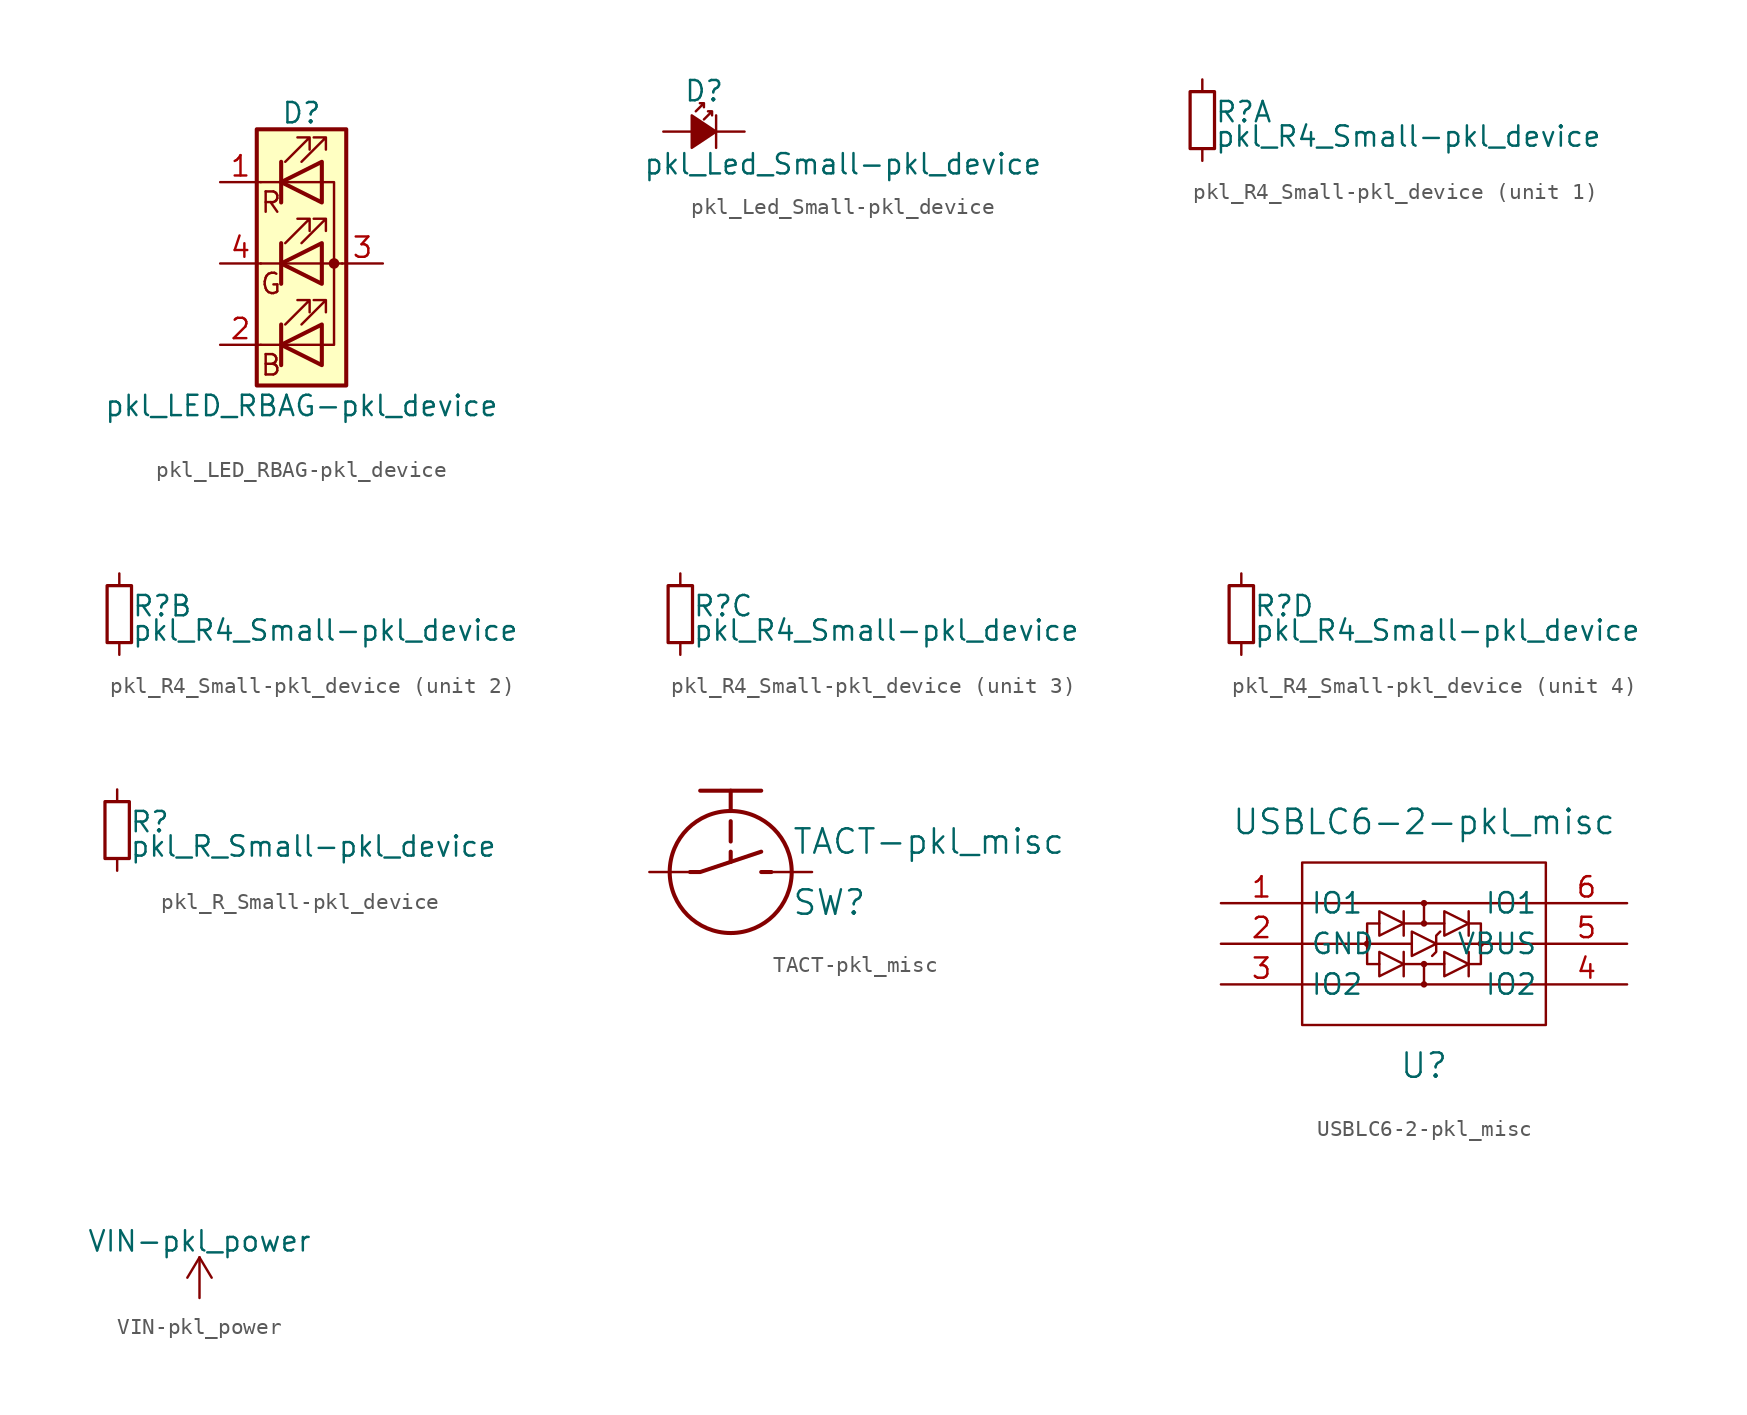
<source format=kicad_sym>
(kicad_symbol_lib
  (version 20200126)
  (host kicad_symbol_editor "5.99.0-unknown-b48a627~101~ubuntu18.04.1")
  (symbol "obsidian-boa:pkl_LED_RBAG-pkl_device"
    (pin_names
      (offset 0) hide)
    (property "Reference" "D"
      (at 0 9.398 0)
      (effects (font (size 1.27 1.27))))
    (property "Value" "pkl_LED_RBAG-pkl_device"
      (at 0 -8.89 0)
      (effects (font (size 1.27 1.27))))
    (symbol "pkl_LED_RBAG-pkl_device_0_1"
      (circle (center 2.032 0) (radius 0.254) (stroke (width 0)) (fill (type outline)))
      (rectangle (start 1.27 -1.27) (end 1.27 1.27) (stroke (width 0)) (fill (type none)))
      (rectangle (start 1.27 1.27) (end 1.27 1.27) (stroke (width 0)) (fill (type none)))
      (rectangle (start 1.27 3.81) (end 1.27 6.35) (stroke (width 0)) (fill (type none)))
      (rectangle (start 1.27 6.35) (end 1.27 6.35) (stroke (width 0)) (fill (type none)))
      (rectangle (start 2.794 8.382) (end -2.794 -7.62) (stroke (width 0.254)) (fill (type background)))
      (polyline (pts (xy -1.27 -5.08) (xy -2.54 -5.08)) (stroke (width 0)) (fill (type none)))
      (polyline (pts (xy -1.27 -5.08) (xy 1.27 -5.08)) (stroke (width 0)) (fill (type none)))
      (polyline (pts (xy -1.27 -3.81) (xy -1.27 -6.35)) (stroke (width 0.254)) (fill (type none)))
      (polyline (pts (xy -1.27 0) (xy -2.54 0)) (stroke (width 0)) (fill (type none)))
      (polyline (pts (xy -1.27 1.27) (xy -1.27 -1.27)) (stroke (width 0.254)) (fill (type none)))
      (polyline (pts (xy -1.27 5.08) (xy -2.54 5.08)) (stroke (width 0)) (fill (type none)))
      (polyline (pts (xy -1.27 5.08) (xy 1.27 5.08)) (stroke (width 0)) (fill (type none)))
      (polyline (pts (xy -1.27 6.35) (xy -1.27 3.81)) (stroke (width 0.254)) (fill (type none)))
      (polyline (pts (xy 1.27 0) (xy -1.27 0)) (stroke (width 0)) (fill (type none)))
      (polyline (pts (xy 1.27 0) (xy 2.54 0)) (stroke (width 0)) (fill (type none)))
      (polyline (pts (xy -1.27 1.27) (xy -1.27 -1.27) (xy -1.27 -1.27)) (stroke (width 0)) (fill (type none)))
      (polyline (pts (xy -1.27 6.35) (xy -1.27 3.81) (xy -1.27 3.81)) (stroke (width 0)) (fill (type none)))
      (polyline (pts (xy 1.27 -5.08) (xy 2.032 -5.08) (xy 2.032 5.08) (xy 1.27 5.08)) (stroke (width 0)) (fill (type none)))
      (polyline (pts (xy 1.27 -3.81) (xy 1.27 -6.35) (xy -1.27 -5.08) (xy 1.27 -3.81)) (stroke (width 0.254)) (fill (type none)))
      (polyline (pts (xy 1.27 1.27) (xy 1.27 -1.27) (xy -1.27 0) (xy 1.27 1.27)) (stroke (width 0.254)) (fill (type none)))
      (polyline (pts (xy 1.27 6.35) (xy 1.27 3.81) (xy -1.27 5.08) (xy 1.27 6.35)) (stroke (width 0.254)) (fill (type none)))
      (polyline (pts (xy -1.016 -3.81) (xy 0.508 -2.286) (xy -0.254 -2.286) (xy 0.508 -2.286) (xy 0.508 -3.048)) (stroke (width 0)) (fill (type none)))
      (polyline (pts (xy -1.016 1.27) (xy 0.508 2.794) (xy -0.254 2.794) (xy 0.508 2.794) (xy 0.508 2.032)) (stroke (width 0)) (fill (type none)))
      (polyline (pts (xy -1.016 6.35) (xy 0.508 7.874) (xy -0.254 7.874) (xy 0.508 7.874) (xy 0.508 7.112)) (stroke (width 0)) (fill (type none)))
      (polyline (pts (xy 0 -3.81) (xy 1.524 -2.286) (xy 0.762 -2.286) (xy 1.524 -2.286) (xy 1.524 -3.048)) (stroke (width 0)) (fill (type none)))
      (polyline (pts (xy 0 1.27) (xy 1.524 2.794) (xy 0.762 2.794) (xy 1.524 2.794) (xy 1.524 2.032)) (stroke (width 0)) (fill (type none)))
      (polyline (pts (xy 0 6.35) (xy 1.524 7.874) (xy 0.762 7.874) (xy 1.524 7.874) (xy 1.524 7.112)) (stroke (width 0)) (fill (type none))))
    (symbol "pkl_LED_RBAG-pkl_device_0_0"
      (text "B" (at -1.905 -6.35 0) (effects (font (size 1.27 1.27))))
      (text "G" (at -1.905 -1.27 0) (effects (font (size 1.27 1.27))))
      (text "R" (at -1.905 3.81 0) (effects (font (size 1.27 1.27)))))
    (symbol "pkl_LED_RBAG-pkl_device_1_1"
      (pin passive line (at -5.08 5.08 0) (length 2.54) (name "RK" (effects (font (size 1.27 1.27)))) (number "1" (effects (font (size 1.27 1.27)))))
      (pin passive line (at -5.08 -5.08 0) (length 2.54) (name "BK" (effects (font (size 1.27 1.27)))) (number "2" (effects (font (size 1.27 1.27)))))
      (pin passive line (at 5.08 0 180) (length 2.54) (name "A" (effects (font (size 1.27 1.27)))) (number "3" (effects (font (size 1.27 1.27)))))
      (pin passive line (at -5.08 0 0) (length 2.54) (name "GK" (effects (font (size 1.27 1.27)))) (number "4" (effects (font (size 1.27 1.27)))))))
  (symbol "obsidian-boa:pkl_Led_Small-pkl_device"
    (pin_numbers hide)
    (pin_names
      (offset 0.254) hide)
    (property "Reference" "D"
      (at -1.27 2.54 0)
      (effects (font (size 1.27 1.27)) (justify left)))
    (property "Value" "pkl_Led_Small-pkl_device"
      (at -3.81 -2.032 0)
      (effects (font (size 1.27 1.27)) (justify left)))
    (property "Footprint" ""
      (at 0 0 90)
      (effects (font (size 1.524 1.524))))
    (property "Datasheet" ""
      (at 0 0 90)
      (effects (font (size 1.524 1.524))))
    (symbol "pkl_Led_Small-pkl_device_0_1"
      (polyline (pts (xy 0.762 -1.016) (xy 0.762 1.016)) (stroke (width 0)) (fill (type none)))
      (polyline (pts (xy -0.762 -1.016) (xy 0.762 0) (xy -0.762 1.016) (xy -0.762 -1.016)) (stroke (width 0)) (fill (type outline)))
      (polyline (pts (xy -0.508 1.27) (xy 0 1.778) (xy -0.254 1.778) (xy 0 1.778) (xy 0 1.524)) (stroke (width 0)) (fill (type none)))
      (polyline (pts (xy 0 0.762) (xy 0.508 1.27) (xy 0.254 1.27) (xy 0.508 1.27) (xy 0.508 1.016)) (stroke (width 0)) (fill (type none))))
    (symbol "pkl_Led_Small-pkl_device_1_1"
      (pin passive line (at -2.54 0 0) (length 1.778) (name "A" (effects (font (size 1.016 1.016)))) (number "A" (effects (font (size 1.016 1.016)))))
      (pin passive line (at 2.54 0 180) (length 1.778) (name "C" (effects (font (size 1.016 1.016)))) (number "C" (effects (font (size 1.016 1.016)))))))
  (symbol "obsidian-boa:pkl_R4_Small-pkl_device"
    (pin_numbers hide)
    (pin_names
      (offset 0.254) hide)
    (property "Reference" "R"
      (at 0.762 0.508 0)
      (effects (font (size 1.27 1.27)) (justify left)))
    (property "Value" "pkl_R4_Small-pkl_device"
      (at 0.762 -1.016 0)
      (effects (font (size 1.27 1.27)) (justify left)))
    (property "Footprint" ""
      (at 0 0 0)
      (effects (font (size 1.524 1.524))))
    (property "Datasheet" ""
      (at 0 0 0)
      (effects (font (size 1.524 1.524))))
    (symbol "pkl_R4_Small-pkl_device_0_1"
      (rectangle (start -0.762 1.778) (end 0.762 -1.778) (stroke (width 0.203)) (fill (type none))))
    (symbol "pkl_R4_Small-pkl_device_1_1"
      (pin passive line (at 0 2.54 270) (length 0.762) (name "~" (effects (font (size 1.016 1.016)))) (number "1" (effects (font (size 1.016 1.016)))))
      (pin passive line (at 0 -2.54 90) (length 0.762) (name "~" (effects (font (size 1.016 1.016)))) (number "2" (effects (font (size 1.016 1.016))))))
    (symbol "pkl_R4_Small-pkl_device_2_1"
      (pin passive line (at 0 2.54 270) (length 0.762) (name "~" (effects (font (size 1.016 1.016)))) (number "3" (effects (font (size 1.016 1.016)))))
      (pin passive line (at 0 -2.54 90) (length 0.762) (name "~" (effects (font (size 1.016 1.016)))) (number "4" (effects (font (size 1.016 1.016))))))
    (symbol "pkl_R4_Small-pkl_device_3_1"
      (pin passive line (at 0 2.54 270) (length 0.762) (name "~" (effects (font (size 1.016 1.016)))) (number "5" (effects (font (size 1.016 1.016)))))
      (pin passive line (at 0 -2.54 90) (length 0.762) (name "~" (effects (font (size 1.016 1.016)))) (number "6" (effects (font (size 1.016 1.016))))))
    (symbol "pkl_R4_Small-pkl_device_4_1"
      (pin passive line (at 0 2.54 270) (length 0.762) (name "~" (effects (font (size 1.016 1.016)))) (number "7" (effects (font (size 1.016 1.016)))))
      (pin passive line (at 0 -2.54 90) (length 0.762) (name "~" (effects (font (size 1.016 1.016)))) (number "8" (effects (font (size 1.016 1.016)))))))
  (symbol "obsidian-boa:pkl_R_Small-pkl_device"
    (pin_numbers hide)
    (pin_names
      (offset 0.254) hide)
    (property "Reference" "R"
      (at 0.762 0.508 0)
      (effects (font (size 1.27 1.27)) (justify left)))
    (property "Value" "pkl_R_Small-pkl_device"
      (at 0.762 -1.016 0)
      (effects (font (size 1.27 1.27)) (justify left)))
    (property "Footprint" ""
      (at 0 0 0)
      (effects (font (size 1.524 1.524))))
    (property "Datasheet" ""
      (at 0 0 0)
      (effects (font (size 1.524 1.524))))
    (symbol "pkl_R_Small-pkl_device_0_1"
      (rectangle (start -0.762 1.778) (end 0.762 -1.778) (stroke (width 0.203)) (fill (type none))))
    (symbol "pkl_R_Small-pkl_device_1_1"
      (pin passive line (at 0 2.54 270) (length 0.762) (name "~" (effects (font (size 1.016 1.016)))) (number "1" (effects (font (size 1.016 1.016)))))
      (pin passive line (at 0 -2.54 90) (length 0.762) (name "~" (effects (font (size 1.016 1.016)))) (number "2" (effects (font (size 1.016 1.016)))))))
  (symbol "obsidian-boa:TACT-pkl_misc"
    (pin_numbers hide)
    (pin_names hide)
    (property "Reference" "SW"
      (at 3.81 -1.905 0)
      (effects (font (size 1.524 1.524)) (justify left)))
    (property "Value" "TACT-pkl_misc"
      (at 3.81 1.905 0)
      (effects (font (size 1.524 1.524)) (justify left)))
    (property "Footprint" ""
      (at 0 -0.635 0)
      (effects (font (size 1.524 1.524))))
    (property "Datasheet" ""
      (at 0 -0.635 0)
      (effects (font (size 1.524 1.524))))
    (symbol "TACT-pkl_misc_0_1"
      (circle (center 0 0) (radius 3.81) (stroke (width 0.254)) (fill (type none)))
      (polyline (pts (xy -1.905 5.08) (xy 1.905 5.08)) (stroke (width 0.254)) (fill (type none)))
      (polyline (pts (xy 0 0.635) (xy 0 1.27)) (stroke (width 0.254)) (fill (type none)))
      (polyline (pts (xy 0 1.905) (xy 0 3.175)) (stroke (width 0.254)) (fill (type none)))
      (polyline (pts (xy 0 3.81) (xy 0 5.08)) (stroke (width 0.254)) (fill (type none)))
      (polyline (pts (xy 2.54 0) (xy 1.905 0)) (stroke (width 0.254)) (fill (type none)))
      (polyline (pts (xy -2.54 0) (xy -1.905 0) (xy 1.905 1.27)) (stroke (width 0.254)) (fill (type none))))
    (symbol "TACT-pkl_misc_1_1"
      (pin passive line (at -5.08 0 0) (length 2.54) (name "~" (effects (font (size 1.27 1.27)))) (number "1" (effects (font (size 1.27 1.27)))))
      (pin passive line (at 5.08 0 180) (length 2.54) (name "~" (effects (font (size 1.27 1.27)))) (number "2" (effects (font (size 1.27 1.27)))))))
  (symbol "obsidian-boa:USBLC6-2-pkl_misc"
    (property "Reference" "U"
      (at 0 -7.62 0)
      (effects (font (size 1.524 1.524))))
    (property "Value" "USBLC6-2-pkl_misc"
      (at 0 7.62 0)
      (effects (font (size 1.524 1.524))))
    (property "Footprint" ""
      (at 0 0 0)
      (effects (font (size 1.524 1.524))))
    (property "Datasheet" ""
      (at 0 0 0)
      (effects (font (size 1.524 1.524))))
    (symbol "USBLC6-2-pkl_misc_0_1"
      (circle (center -3.556 0) (radius 0.127) (stroke (width 0)) (fill (type none)))
      (circle (center 0 -2.54) (radius 0.127) (stroke (width 0)) (fill (type none)))
      (circle (center 0 -1.27) (radius 0.127) (stroke (width 0)) (fill (type none)))
      (circle (center 0 1.27) (radius 0.127) (stroke (width 0)) (fill (type none)))
      (circle (center 0 2.54) (radius 0.127) (stroke (width 0)) (fill (type none)))
      (circle (center 3.556 0) (radius 0.127) (stroke (width 0)) (fill (type none)))
      (rectangle (start -7.62 5.08) (end 7.62 -5.08) (stroke (width 0)) (fill (type none)))
      (polyline (pts (xy -7.62 -2.54) (xy 7.62 -2.54)) (stroke (width 0)) (fill (type none)))
      (polyline (pts (xy -7.62 0) (xy -0.762 0)) (stroke (width 0)) (fill (type none)))
      (polyline (pts (xy -7.62 2.54) (xy 7.62 2.54)) (stroke (width 0)) (fill (type none)))
      (polyline (pts (xy -1.27 -1.27) (xy 1.27 -1.27)) (stroke (width 0)) (fill (type none)))
      (polyline (pts (xy -1.27 -0.508) (xy -1.27 -2.032)) (stroke (width 0)) (fill (type none)))
      (polyline (pts (xy -1.27 0.508) (xy -1.27 2.032)) (stroke (width 0)) (fill (type none)))
      (polyline (pts (xy -1.27 1.27) (xy 1.27 1.27)) (stroke (width 0)) (fill (type none)))
      (polyline (pts (xy 0 -1.27) (xy 0 -2.54)) (stroke (width 0)) (fill (type none)))
      (polyline (pts (xy 0 1.27) (xy 0 2.54)) (stroke (width 0)) (fill (type none)))
      (polyline (pts (xy 0.762 0) (xy 7.62 0)) (stroke (width 0)) (fill (type none)))
      (polyline (pts (xy 2.794 -0.508) (xy 2.794 -2.032)) (stroke (width 0)) (fill (type none)))
      (polyline (pts (xy 2.794 2.032) (xy 2.794 0.508)) (stroke (width 0)) (fill (type none)))
      (polyline (pts (xy -3.556 0) (xy -3.556 -1.27) (xy -2.794 -1.27)) (stroke (width 0)) (fill (type none)))
      (polyline (pts (xy -2.794 1.27) (xy -3.556 1.27) (xy -3.556 0)) (stroke (width 0)) (fill (type none)))
      (polyline (pts (xy 2.794 -1.27) (xy 3.556 -1.27) (xy 3.556 0)) (stroke (width 0)) (fill (type none)))
      (polyline (pts (xy 2.794 1.27) (xy 3.556 1.27) (xy 3.556 0)) (stroke (width 0)) (fill (type none)))
      (polyline (pts (xy -2.794 -0.508) (xy -2.794 -2.032) (xy -1.27 -1.27) (xy -2.794 -0.508)) (stroke (width 0)) (fill (type none)))
      (polyline (pts (xy -2.794 0.508) (xy -1.27 1.27) (xy -2.794 2.032) (xy -2.794 0.508)) (stroke (width 0)) (fill (type none)))
      (polyline (pts (xy -0.762 0.762) (xy -0.762 -0.762) (xy 0.762 0) (xy -0.762 0.762)) (stroke (width 0)) (fill (type none)))
      (polyline (pts (xy 0.508 -0.762) (xy 0.762 -0.508) (xy 0.762 0.508) (xy 1.016 0.762)) (stroke (width 0)) (fill (type none)))
      (polyline (pts (xy 1.27 -0.508) (xy 2.794 -1.27) (xy 1.27 -2.032) (xy 1.27 -0.508)) (stroke (width 0)) (fill (type none)))
      (polyline (pts (xy 1.27 2.032) (xy 1.27 0.508) (xy 2.794 1.27) (xy 1.27 2.032)) (stroke (width 0)) (fill (type none))))
    (symbol "USBLC6-2-pkl_misc_1_1"
      (pin bidirectional line (at -12.7 2.54 0) (length 5.08) (name "IO1" (effects (font (size 1.27 1.27)))) (number "1" (effects (font (size 1.27 1.27)))))
      (pin power_in line (at -12.7 0 0) (length 5.08) (name "GND" (effects (font (size 1.27 1.27)))) (number "2" (effects (font (size 1.27 1.27)))))
      (pin bidirectional line (at -12.7 -2.54 0) (length 5.08) (name "IO2" (effects (font (size 1.27 1.27)))) (number "3" (effects (font (size 1.27 1.27)))))
      (pin bidirectional line (at 12.7 -2.54 180) (length 5.08) (name "IO2" (effects (font (size 1.27 1.27)))) (number "4" (effects (font (size 1.27 1.27)))))
      (pin power_in line (at 12.7 0 180) (length 5.08) (name "VBUS" (effects (font (size 1.27 1.27)))) (number "5" (effects (font (size 1.27 1.27)))))
      (pin bidirectional line (at 12.7 2.54 180) (length 5.08) (name "IO1" (effects (font (size 1.27 1.27)))) (number "6" (effects (font (size 1.27 1.27)))))))
  (symbol "obsidian-boa:VIN-pkl_power"
    (power)
    (pin_names
      (offset 0))
    (property "Reference" "#PWR"
      (at 0 -3.81 0)
      (effects (font (size 1.27 1.27)) hide))
    (property "Value" "VIN-pkl_power"
      (at 0 3.556 0)
      (effects (font (size 1.27 1.27))))
    (symbol "VIN-pkl_power_0_1"
      (polyline (pts (xy -0.762 1.27) (xy 0 2.54)) (stroke (width 0)) (fill (type none)))
      (polyline (pts (xy 0 0) (xy 0 2.54)) (stroke (width 0)) (fill (type none)))
      (polyline (pts (xy 0 2.54) (xy 0.762 1.27)) (stroke (width 0)) (fill (type none))))
    (symbol "VIN-pkl_power_1_1"
      (pin power_in line (at 0 0 90) (length 0) hide (name "VIN" (effects (font (size 1.27 1.27)))) (number "1" (effects (font (size 1.27 1.27))))))))
</source>
